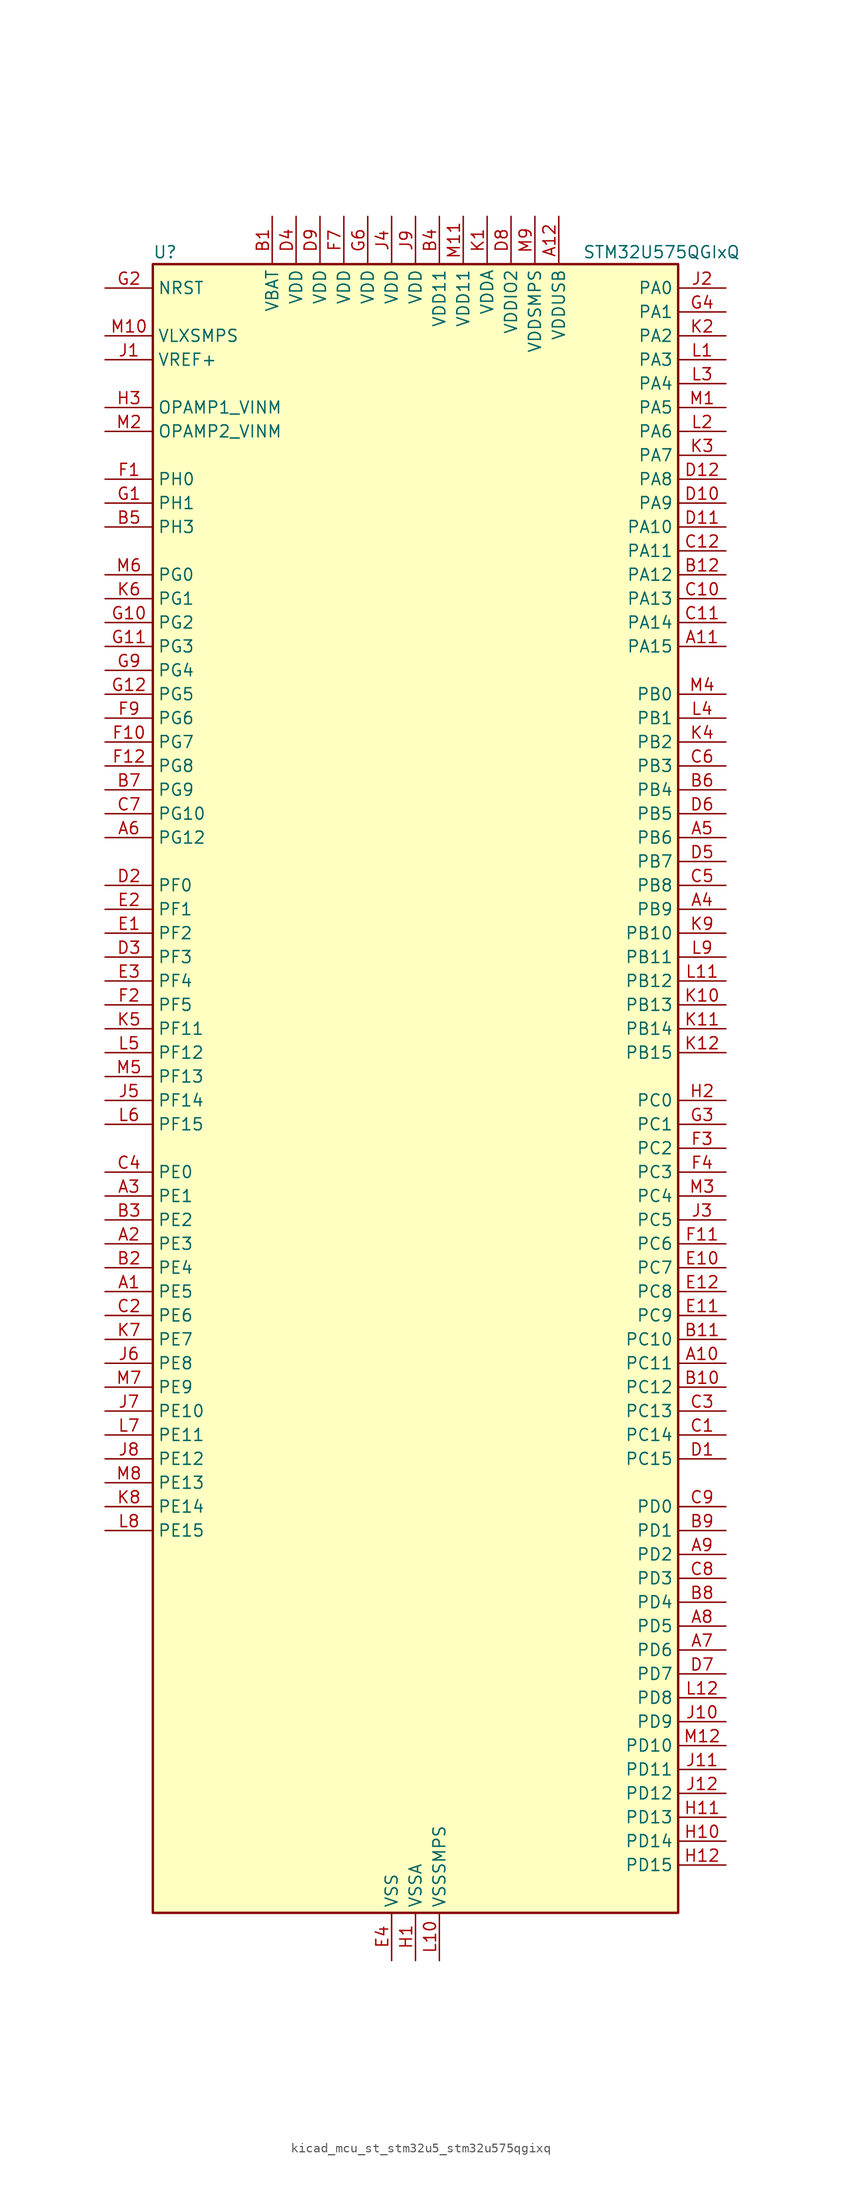
<source format=kicad_sym>
(kicad_symbol_lib
  (version 20220914)
  (generator kicad_symbol_editor)
  (symbol "kicad_mcu_st_stm32u5_stm32u575qgixq"
    (property "Reference" "U"
      (at -27.94 90.17 0)
      (effects (font (size 1.27 1.27)) (justify left)))
    (property "Value" "STM32U575QGIxQ"
      (at 17.78 90.17 0)
      (effects (font (size 1.27 1.27)) (justify left)))
    (property "ki_locked" ""
      (at 0 0 0)
      (effects (font (size 1.27 1.27))))
    (symbol "kicad_mcu_st_stm32u5_stm32u575qgixq_0_1"
      (rectangle (start -27.94 -86.36) (end 27.94 88.9) (stroke (width 0.254) (type default)) (fill (type background))))
    (symbol "kicad_mcu_st_stm32u5_stm32u575qgixq_1_1"
      (pin bidirectional line (at -33.02 -20.32 0) (length 5.08) (name "PE5" (effects (font (size 1.27 1.27)))) (number "A1" (effects (font (size 1.27 1.27)))) (alternate "DCMI_D6" bidirectional line) (alternate "DEBUG_TRACED2" bidirectional line) (alternate "FMC_A21" bidirectional line) (alternate "MDF1_CKI3" bidirectional line) (alternate "PSSI_D6" bidirectional line) (alternate "PWR_WKUP2" bidirectional line) (alternate "SAI1_CK2" bidirectional line) (alternate "SAI1_SCK_A" bidirectional line) (alternate "TAMP_IN8" bidirectional line) (alternate "TAMP_OUT7" bidirectional line) (alternate "TIM3_CH3" bidirectional line) (alternate "TSC_G7_IO4" bidirectional line))
      (pin bidirectional line (at 33.02 -27.94 180) (length 5.08) (name "PC11" (effects (font (size 1.27 1.27)))) (number "A10" (effects (font (size 1.27 1.27)))) (alternate "ADC1_EXTI11" bidirectional line) (alternate "ADF1_SDI0" bidirectional line) (alternate "DCMI_D2" bidirectional line) (alternate "DCMI_D4" bidirectional line) (alternate "LPTIM3_IN1" bidirectional line) (alternate "OCTOSPIM_P1_NCS" bidirectional line) (alternate "PSSI_D2" bidirectional line) (alternate "PSSI_D4" bidirectional line) (alternate "SAI2_MCLK_B" bidirectional line) (alternate "SDMMC1_D3" bidirectional line) (alternate "SPI3_MISO" bidirectional line) (alternate "TSC_G3_IO3" bidirectional line) (alternate "UART4_RX" bidirectional line) (alternate "UCPD1_FRSTX2" bidirectional line) (alternate "USART3_RX" bidirectional line))
      (pin bidirectional line (at 33.02 48.26 180) (length 5.08) (name "PA15" (effects (font (size 1.27 1.27)))) (number "A11" (effects (font (size 1.27 1.27)))) (alternate "ADC1_EXTI15" bidirectional line) (alternate "ADC4_EXTI15" bidirectional line) (alternate "DEBUG_JTDI" bidirectional line) (alternate "SAI2_FS_B" bidirectional line) (alternate "SPI1_NSS" bidirectional line) (alternate "SPI3_NSS" bidirectional line) (alternate "TIM2_CH1" bidirectional line) (alternate "TIM2_ETR" bidirectional line) (alternate "UART4_DE" bidirectional line) (alternate "UART4_RTS" bidirectional line) (alternate "UCPD1_CC1" bidirectional line) (alternate "USART2_RX" bidirectional line) (alternate "USART3_DE" bidirectional line) (alternate "USART3_RTS" bidirectional line))
      (pin power_in line (at 15.24 93.98 270) (length 5.08) (name "VDDUSB" (effects (font (size 1.27 1.27)))) (number "A12" (effects (font (size 1.27 1.27)))))
      (pin bidirectional line (at -33.02 -15.24 0) (length 5.08) (name "PE3" (effects (font (size 1.27 1.27)))) (number "A2" (effects (font (size 1.27 1.27)))) (alternate "DEBUG_TRACED0" bidirectional line) (alternate "FMC_A19" bidirectional line) (alternate "OCTOSPIM_P1_DQS" bidirectional line) (alternate "SAI1_SD_B" bidirectional line) (alternate "TAMP_IN6" bidirectional line) (alternate "TAMP_OUT3" bidirectional line) (alternate "TIM3_CH1" bidirectional line) (alternate "TSC_G7_IO2" bidirectional line))
      (pin bidirectional line (at -33.02 -10.16 0) (length 5.08) (name "PE1" (effects (font (size 1.27 1.27)))) (number "A3" (effects (font (size 1.27 1.27)))) (alternate "DCMI_D3" bidirectional line) (alternate "FMC_NBL1" bidirectional line) (alternate "PSSI_D3" bidirectional line) (alternate "TIM17_CH1" bidirectional line))
      (pin bidirectional line (at 33.02 20.32 180) (length 5.08) (name "PB9" (effects (font (size 1.27 1.27)))) (number "A4" (effects (font (size 1.27 1.27)))) (alternate "DAC1_EXTI9" bidirectional line) (alternate "DCMI_D7" bidirectional line) (alternate "FDCAN1_TX" bidirectional line) (alternate "I2C1_SDA" bidirectional line) (alternate "IR_OUT" bidirectional line) (alternate "PSSI_D7" bidirectional line) (alternate "SAI1_D2" bidirectional line) (alternate "SAI1_FS_A" bidirectional line) (alternate "SDMMC1_CDIR" bidirectional line) (alternate "SDMMC1_D5" bidirectional line) (alternate "SDMMC2_D5" bidirectional line) (alternate "SPI2_NSS" bidirectional line) (alternate "TIM17_CH1" bidirectional line) (alternate "TIM4_CH4" bidirectional line))
      (pin bidirectional line (at 33.02 27.94 180) (length 5.08) (name "PB6" (effects (font (size 1.27 1.27)))) (number "A5" (effects (font (size 1.27 1.27)))) (alternate "COMP2_INP" bidirectional line) (alternate "DCMI_D5" bidirectional line) (alternate "I2C1_SCL" bidirectional line) (alternate "I2C4_SCL" bidirectional line) (alternate "LPTIM1_ETR" bidirectional line) (alternate "MDF1_SDI5" bidirectional line) (alternate "PSSI_D5" bidirectional line) (alternate "PWR_WKUP3" bidirectional line) (alternate "SAI1_FS_B" bidirectional line) (alternate "TIM16_CH1N" bidirectional line) (alternate "TIM4_CH1" bidirectional line) (alternate "TIM8_BKIN2" bidirectional line) (alternate "TSC_G2_IO3" bidirectional line) (alternate "USART1_TX" bidirectional line))
      (pin bidirectional line (at -33.02 27.94 0) (length 5.08) (name "PG12" (effects (font (size 1.27 1.27)))) (number "A6" (effects (font (size 1.27 1.27)))) (alternate "FMC_NE4" bidirectional line) (alternate "LPTIM1_ETR" bidirectional line) (alternate "OCTOSPIM_P2_NCS" bidirectional line) (alternate "SAI2_SD_A" bidirectional line) (alternate "SPI3_NSS" bidirectional line) (alternate "USART1_DE" bidirectional line) (alternate "USART1_RTS" bidirectional line))
      (pin bidirectional line (at 33.02 -58.42 180) (length 5.08) (name "PD6" (effects (font (size 1.27 1.27)))) (number "A7" (effects (font (size 1.27 1.27)))) (alternate "DCMI_D10" bidirectional line) (alternate "FMC_NWAIT" bidirectional line) (alternate "MDF1_SDI1" bidirectional line) (alternate "OCTOSPIM_P1_IO6" bidirectional line) (alternate "PSSI_D10" bidirectional line) (alternate "SAI1_D1" bidirectional line) (alternate "SAI1_SD_A" bidirectional line) (alternate "SDMMC2_CK" bidirectional line) (alternate "SPI3_MOSI" bidirectional line) (alternate "USART2_RX" bidirectional line))
      (pin bidirectional line (at 33.02 -55.88 180) (length 5.08) (name "PD5" (effects (font (size 1.27 1.27)))) (number "A8" (effects (font (size 1.27 1.27)))) (alternate "FMC_NWE" bidirectional line) (alternate "OCTOSPIM_P1_IO5" bidirectional line) (alternate "SPI2_RDY" bidirectional line) (alternate "USART2_TX" bidirectional line))
      (pin bidirectional line (at 33.02 -48.26 180) (length 5.08) (name "PD2" (effects (font (size 1.27 1.27)))) (number "A9" (effects (font (size 1.27 1.27)))) (alternate "DCMI_D11" bidirectional line) (alternate "DEBUG_TRACED2" bidirectional line) (alternate "LPTIM4_ETR" bidirectional line) (alternate "PSSI_D11" bidirectional line) (alternate "SDMMC1_CMD" bidirectional line) (alternate "TIM3_ETR" bidirectional line) (alternate "TSC_SYNC" bidirectional line) (alternate "UART5_RX" bidirectional line) (alternate "USART3_DE" bidirectional line) (alternate "USART3_RTS" bidirectional line))
      (pin power_in line (at -15.24 93.98 270) (length 5.08) (name "VBAT" (effects (font (size 1.27 1.27)))) (number "B1" (effects (font (size 1.27 1.27)))))
      (pin bidirectional line (at 33.02 -30.48 180) (length 5.08) (name "PC12" (effects (font (size 1.27 1.27)))) (number "B10" (effects (font (size 1.27 1.27)))) (alternate "DCMI_D9" bidirectional line) (alternate "DEBUG_TRACED3" bidirectional line) (alternate "PSSI_D9" bidirectional line) (alternate "SAI2_SD_B" bidirectional line) (alternate "SDMMC1_CK" bidirectional line) (alternate "SPI3_MOSI" bidirectional line) (alternate "TSC_G3_IO4" bidirectional line) (alternate "UART5_TX" bidirectional line) (alternate "USART3_CK" bidirectional line))
      (pin bidirectional line (at 33.02 -25.4 180) (length 5.08) (name "PC10" (effects (font (size 1.27 1.27)))) (number "B11" (effects (font (size 1.27 1.27)))) (alternate "ADF1_CCK1" bidirectional line) (alternate "DCMI_D8" bidirectional line) (alternate "DEBUG_TRACED1" bidirectional line) (alternate "LPTIM3_ETR" bidirectional line) (alternate "PSSI_D8" bidirectional line) (alternate "SAI2_SCK_B" bidirectional line) (alternate "SDMMC1_D2" bidirectional line) (alternate "SPI3_SCK" bidirectional line) (alternate "TSC_G3_IO2" bidirectional line) (alternate "UART4_TX" bidirectional line) (alternate "USART3_TX" bidirectional line))
      (pin bidirectional line (at 33.02 55.88 180) (length 5.08) (name "PA12" (effects (font (size 1.27 1.27)))) (number "B12" (effects (font (size 1.27 1.27)))) (alternate "FDCAN1_TX" bidirectional line) (alternate "OCTOSPIM_P2_NCS" bidirectional line) (alternate "SPI1_MOSI" bidirectional line) (alternate "TIM1_ETR" bidirectional line) (alternate "USART1_DE" bidirectional line) (alternate "USART1_RTS" bidirectional line) (alternate "USB_OTG_FS_DP" bidirectional line))
      (pin bidirectional line (at -33.02 -17.78 0) (length 5.08) (name "PE4" (effects (font (size 1.27 1.27)))) (number "B2" (effects (font (size 1.27 1.27)))) (alternate "DCMI_D4" bidirectional line) (alternate "DEBUG_TRACED1" bidirectional line) (alternate "FMC_A20" bidirectional line) (alternate "MDF1_SDI3" bidirectional line) (alternate "PSSI_D4" bidirectional line) (alternate "PWR_WKUP1" bidirectional line) (alternate "SAI1_D2" bidirectional line) (alternate "SAI1_FS_A" bidirectional line) (alternate "TAMP_IN7" bidirectional line) (alternate "TAMP_OUT8" bidirectional line) (alternate "TIM3_CH2" bidirectional line) (alternate "TSC_G7_IO3" bidirectional line))
      (pin bidirectional line (at -33.02 -12.7 0) (length 5.08) (name "PE2" (effects (font (size 1.27 1.27)))) (number "B3" (effects (font (size 1.27 1.27)))) (alternate "DEBUG_TRACECLK" bidirectional line) (alternate "FMC_A23" bidirectional line) (alternate "SAI1_CK1" bidirectional line) (alternate "SAI1_MCLK_A" bidirectional line) (alternate "TIM3_ETR" bidirectional line) (alternate "TSC_G7_IO1" bidirectional line))
      (pin power_in line (at 2.54 93.98 270) (length 5.08) (name "VDD11" (effects (font (size 1.27 1.27)))) (number "B4" (effects (font (size 1.27 1.27)))))
      (pin bidirectional line (at -33.02 60.96 0) (length 5.08) (name "PH3" (effects (font (size 1.27 1.27)))) (number "B5" (effects (font (size 1.27 1.27)))))
      (pin bidirectional line (at 33.02 33.02 180) (length 5.08) (name "PB4" (effects (font (size 1.27 1.27)))) (number "B6" (effects (font (size 1.27 1.27)))) (alternate "ADF1_SDI0" bidirectional line) (alternate "COMP2_INP" bidirectional line) (alternate "DCMI_D12" bidirectional line) (alternate "DEBUG_JTRST" bidirectional line) (alternate "I2C3_SDA" bidirectional line) (alternate "LPTIM1_CH2" bidirectional line) (alternate "PSSI_D12" bidirectional line) (alternate "SAI1_MCLK_B" bidirectional line) (alternate "SDMMC2_D3" bidirectional line) (alternate "SPI1_MISO" bidirectional line) (alternate "SPI3_MISO" bidirectional line) (alternate "TIM17_BKIN" bidirectional line) (alternate "TIM3_CH1" bidirectional line) (alternate "TSC_G2_IO1" bidirectional line) (alternate "UART5_DE" bidirectional line) (alternate "UART5_RTS" bidirectional line) (alternate "USART1_CTS" bidirectional line))
      (pin bidirectional line (at -33.02 33.02 0) (length 5.08) (name "PG9" (effects (font (size 1.27 1.27)))) (number "B7" (effects (font (size 1.27 1.27)))) (alternate "DAC1_EXTI9" bidirectional line) (alternate "FMC_NCE" bidirectional line) (alternate "FMC_NE2" bidirectional line) (alternate "OCTOSPIM_P2_IO6" bidirectional line) (alternate "SAI2_SCK_A" bidirectional line) (alternate "SPI3_SCK" bidirectional line) (alternate "TIM15_CH1N" bidirectional line) (alternate "USART1_TX" bidirectional line))
      (pin bidirectional line (at 33.02 -53.34 180) (length 5.08) (name "PD4" (effects (font (size 1.27 1.27)))) (number "B8" (effects (font (size 1.27 1.27)))) (alternate "FMC_NOE" bidirectional line) (alternate "MDF1_CKI0" bidirectional line) (alternate "OCTOSPIM_P1_IO4" bidirectional line) (alternate "SPI2_MOSI" bidirectional line) (alternate "USART2_DE" bidirectional line) (alternate "USART2_RTS" bidirectional line))
      (pin bidirectional line (at 33.02 -45.72 180) (length 5.08) (name "PD1" (effects (font (size 1.27 1.27)))) (number "B9" (effects (font (size 1.27 1.27)))) (alternate "FDCAN1_TX" bidirectional line) (alternate "FMC_D3" bidirectional line) (alternate "FMC_DA3" bidirectional line) (alternate "SPI2_SCK" bidirectional line))
      (pin bidirectional line (at 33.02 -35.56 180) (length 5.08) (name "PC14" (effects (font (size 1.27 1.27)))) (number "C1" (effects (font (size 1.27 1.27)))) (alternate "RCC_OSC32_IN" bidirectional line))
      (pin bidirectional line (at 33.02 53.34 180) (length 5.08) (name "PA13" (effects (font (size 1.27 1.27)))) (number "C10" (effects (font (size 1.27 1.27)))) (alternate "DEBUG_JTMS-SWDIO" bidirectional line) (alternate "IR_OUT" bidirectional line) (alternate "SAI1_SD_B" bidirectional line) (alternate "USB_OTG_FS_NOE" bidirectional line))
      (pin bidirectional line (at 33.02 50.8 180) (length 5.08) (name "PA14" (effects (font (size 1.27 1.27)))) (number "C11" (effects (font (size 1.27 1.27)))) (alternate "DEBUG_JTCK-SWCLK" bidirectional line) (alternate "I2C1_SMBA" bidirectional line) (alternate "I2C4_SMBA" bidirectional line) (alternate "LPTIM1_CH1" bidirectional line) (alternate "SAI1_FS_B" bidirectional line) (alternate "USB_OTG_FS_SOF" bidirectional line))
      (pin bidirectional line (at 33.02 58.42 180) (length 5.08) (name "PA11" (effects (font (size 1.27 1.27)))) (number "C12" (effects (font (size 1.27 1.27)))) (alternate "ADC1_EXTI11" bidirectional line) (alternate "FDCAN1_RX" bidirectional line) (alternate "SPI1_MISO" bidirectional line) (alternate "TIM1_BKIN2" bidirectional line) (alternate "TIM1_CH4" bidirectional line) (alternate "USART1_CTS" bidirectional line) (alternate "USB_OTG_FS_DM" bidirectional line))
      (pin bidirectional line (at -33.02 -22.86 0) (length 5.08) (name "PE6" (effects (font (size 1.27 1.27)))) (number "C2" (effects (font (size 1.27 1.27)))) (alternate "DCMI_D7" bidirectional line) (alternate "DEBUG_TRACED3" bidirectional line) (alternate "FMC_A22" bidirectional line) (alternate "PSSI_D7" bidirectional line) (alternate "PWR_WKUP3" bidirectional line) (alternate "SAI1_D1" bidirectional line) (alternate "SAI1_SD_A" bidirectional line) (alternate "TAMP_IN3" bidirectional line) (alternate "TAMP_OUT6" bidirectional line) (alternate "TIM3_CH4" bidirectional line))
      (pin bidirectional line (at 33.02 -33.02 180) (length 5.08) (name "PC13" (effects (font (size 1.27 1.27)))) (number "C3" (effects (font (size 1.27 1.27)))) (alternate "PWR_WKUP2" bidirectional line) (alternate "RTC_OUT1" bidirectional line) (alternate "RTC_TS" bidirectional line) (alternate "TAMP_IN1" bidirectional line) (alternate "TAMP_OUT2" bidirectional line))
      (pin bidirectional line (at -33.02 -7.62 0) (length 5.08) (name "PE0" (effects (font (size 1.27 1.27)))) (number "C4" (effects (font (size 1.27 1.27)))) (alternate "DCMI_D2" bidirectional line) (alternate "FMC_NBL0" bidirectional line) (alternate "PSSI_D2" bidirectional line) (alternate "TIM16_CH1" bidirectional line) (alternate "TIM4_ETR" bidirectional line))
      (pin bidirectional line (at 33.02 22.86 180) (length 5.08) (name "PB8" (effects (font (size 1.27 1.27)))) (number "C5" (effects (font (size 1.27 1.27)))) (alternate "DCMI_D6" bidirectional line) (alternate "FDCAN1_RX" bidirectional line) (alternate "I2C1_SCL" bidirectional line) (alternate "MDF1_CCK0" bidirectional line) (alternate "PSSI_D6" bidirectional line) (alternate "PWR_WKUP5" bidirectional line) (alternate "SAI1_CK1" bidirectional line) (alternate "SAI1_MCLK_A" bidirectional line) (alternate "SDMMC1_CKIN" bidirectional line) (alternate "SDMMC1_D4" bidirectional line) (alternate "SDMMC2_D4" bidirectional line) (alternate "SPI3_RDY" bidirectional line) (alternate "TIM16_CH1" bidirectional line) (alternate "TIM4_CH3" bidirectional line))
      (pin bidirectional line (at 33.02 35.56 180) (length 5.08) (name "PB3" (effects (font (size 1.27 1.27)))) (number "C6" (effects (font (size 1.27 1.27)))) (alternate "ADF1_CCK0" bidirectional line) (alternate "COMP2_INM" bidirectional line) (alternate "CRS_SYNC" bidirectional line) (alternate "DEBUG_JTDO-SWO" bidirectional line) (alternate "I2C1_SDA" bidirectional line) (alternate "LPTIM1_CH1" bidirectional line) (alternate "SAI1_SCK_B" bidirectional line) (alternate "SDMMC2_D2" bidirectional line) (alternate "SPI1_SCK" bidirectional line) (alternate "SPI3_SCK" bidirectional line) (alternate "TIM2_CH2" bidirectional line) (alternate "USART1_DE" bidirectional line) (alternate "USART1_RTS" bidirectional line))
      (pin bidirectional line (at -33.02 30.48 0) (length 5.08) (name "PG10" (effects (font (size 1.27 1.27)))) (number "C7" (effects (font (size 1.27 1.27)))) (alternate "FMC_NE3" bidirectional line) (alternate "LPTIM1_IN1" bidirectional line) (alternate "OCTOSPIM_P2_IO7" bidirectional line) (alternate "SAI2_FS_A" bidirectional line) (alternate "SPI3_MISO" bidirectional line) (alternate "TIM15_CH1" bidirectional line) (alternate "USART1_RX" bidirectional line))
      (pin bidirectional line (at 33.02 -50.8 180) (length 5.08) (name "PD3" (effects (font (size 1.27 1.27)))) (number "C8" (effects (font (size 1.27 1.27)))) (alternate "DCMI_D5" bidirectional line) (alternate "FMC_CLK" bidirectional line) (alternate "MDF1_SDI0" bidirectional line) (alternate "OCTOSPIM_P2_NCS" bidirectional line) (alternate "PSSI_D5" bidirectional line) (alternate "SPI2_MISO" bidirectional line) (alternate "SPI2_SCK" bidirectional line) (alternate "USART2_CTS" bidirectional line))
      (pin bidirectional line (at 33.02 -43.18 180) (length 5.08) (name "PD0" (effects (font (size 1.27 1.27)))) (number "C9" (effects (font (size 1.27 1.27)))) (alternate "FDCAN1_RX" bidirectional line) (alternate "FMC_D2" bidirectional line) (alternate "FMC_DA2" bidirectional line) (alternate "SPI2_NSS" bidirectional line) (alternate "TIM8_CH4N" bidirectional line))
      (pin bidirectional line (at 33.02 -38.1 180) (length 5.08) (name "PC15" (effects (font (size 1.27 1.27)))) (number "D1" (effects (font (size 1.27 1.27)))) (alternate "ADC1_EXTI15" bidirectional line) (alternate "ADC4_EXTI15" bidirectional line) (alternate "RCC_OSC32_OUT" bidirectional line))
      (pin bidirectional line (at 33.02 63.5 180) (length 5.08) (name "PA9" (effects (font (size 1.27 1.27)))) (number "D10" (effects (font (size 1.27 1.27)))) (alternate "DAC1_EXTI9" bidirectional line) (alternate "DCMI_D0" bidirectional line) (alternate "PSSI_D0" bidirectional line) (alternate "SAI1_FS_A" bidirectional line) (alternate "SPI2_SCK" bidirectional line) (alternate "TIM15_BKIN" bidirectional line) (alternate "TIM1_CH2" bidirectional line) (alternate "USART1_TX" bidirectional line) (alternate "USB_OTG_FS_VBUS" bidirectional line))
      (pin bidirectional line (at 33.02 60.96 180) (length 5.08) (name "PA10" (effects (font (size 1.27 1.27)))) (number "D11" (effects (font (size 1.27 1.27)))) (alternate "CRS_SYNC" bidirectional line) (alternate "DCMI_D1" bidirectional line) (alternate "LPTIM2_IN2" bidirectional line) (alternate "PSSI_D1" bidirectional line) (alternate "SAI1_D1" bidirectional line) (alternate "SAI1_SD_A" bidirectional line) (alternate "TIM17_BKIN" bidirectional line) (alternate "TIM1_CH3" bidirectional line) (alternate "USART1_RX" bidirectional line) (alternate "USB_OTG_FS_ID" bidirectional line))
      (pin bidirectional line (at 33.02 66.04 180) (length 5.08) (name "PA8" (effects (font (size 1.27 1.27)))) (number "D12" (effects (font (size 1.27 1.27)))) (alternate "DEBUG_TRACECLK" bidirectional line) (alternate "LPTIM2_CH1" bidirectional line) (alternate "RCC_MCO" bidirectional line) (alternate "SAI1_CK2" bidirectional line) (alternate "SAI1_SCK_A" bidirectional line) (alternate "SPI1_RDY" bidirectional line) (alternate "TIM1_CH1" bidirectional line) (alternate "USART1_CK" bidirectional line) (alternate "USB_OTG_FS_SOF" bidirectional line))
      (pin bidirectional line (at -33.02 22.86 0) (length 5.08) (name "PF0" (effects (font (size 1.27 1.27)))) (number "D2" (effects (font (size 1.27 1.27)))) (alternate "FMC_A0" bidirectional line) (alternate "I2C2_SDA" bidirectional line) (alternate "OCTOSPIM_P2_IO0" bidirectional line))
      (pin bidirectional line (at -33.02 15.24 0) (length 5.08) (name "PF3" (effects (font (size 1.27 1.27)))) (number "D3" (effects (font (size 1.27 1.27)))) (alternate "FMC_A3" bidirectional line) (alternate "LPTIM3_IN1" bidirectional line) (alternate "OCTOSPIM_P2_IO3" bidirectional line))
      (pin power_in line (at -12.7 93.98 270) (length 5.08) (name "VDD" (effects (font (size 1.27 1.27)))) (number "D4" (effects (font (size 1.27 1.27)))))
      (pin bidirectional line (at 33.02 25.4 180) (length 5.08) (name "PB7" (effects (font (size 1.27 1.27)))) (number "D5" (effects (font (size 1.27 1.27)))) (alternate "COMP2_INM" bidirectional line) (alternate "DCMI_VSYNC" bidirectional line) (alternate "FMC_NL" bidirectional line) (alternate "I2C1_SDA" bidirectional line) (alternate "I2C4_SDA" bidirectional line) (alternate "LPTIM1_IN2" bidirectional line) (alternate "MDF1_CKI5" bidirectional line) (alternate "PSSI_RDY" bidirectional line) (alternate "PWR_PVD_IN" bidirectional line) (alternate "PWR_WKUP4" bidirectional line) (alternate "TIM17_CH1N" bidirectional line) (alternate "TIM4_CH2" bidirectional line) (alternate "TIM8_BKIN" bidirectional line) (alternate "TSC_G2_IO4" bidirectional line) (alternate "UART4_CTS" bidirectional line) (alternate "USART1_RX" bidirectional line))
      (pin bidirectional line (at 33.02 30.48 180) (length 5.08) (name "PB5" (effects (font (size 1.27 1.27)))) (number "D6" (effects (font (size 1.27 1.27)))) (alternate "COMP2_OUT" bidirectional line) (alternate "DCMI_D10" bidirectional line) (alternate "I2C1_SMBA" bidirectional line) (alternate "LPTIM1_IN1" bidirectional line) (alternate "OCTOSPIM_P1_NCLK" bidirectional line) (alternate "PSSI_D10" bidirectional line) (alternate "PWR_WKUP6" bidirectional line) (alternate "SAI1_SD_B" bidirectional line) (alternate "SPI1_MOSI" bidirectional line) (alternate "SPI3_MOSI" bidirectional line) (alternate "TIM16_BKIN" bidirectional line) (alternate "TIM3_CH2" bidirectional line) (alternate "TSC_G2_IO2" bidirectional line) (alternate "UART5_CTS" bidirectional line) (alternate "UCPD1_DBCC1" bidirectional line) (alternate "USART1_CK" bidirectional line))
      (pin bidirectional line (at 33.02 -60.96 180) (length 5.08) (name "PD7" (effects (font (size 1.27 1.27)))) (number "D7" (effects (font (size 1.27 1.27)))) (alternate "FMC_NCE" bidirectional line) (alternate "FMC_NE1" bidirectional line) (alternate "LPTIM4_OUT" bidirectional line) (alternate "MDF1_CKI1" bidirectional line) (alternate "OCTOSPIM_P1_IO7" bidirectional line) (alternate "SDMMC2_CMD" bidirectional line) (alternate "USART2_CK" bidirectional line))
      (pin power_in line (at 10.16 93.98 270) (length 5.08) (name "VDDIO2" (effects (font (size 1.27 1.27)))) (number "D8" (effects (font (size 1.27 1.27)))))
      (pin power_in line (at -10.16 93.98 270) (length 5.08) (name "VDD" (effects (font (size 1.27 1.27)))) (number "D9" (effects (font (size 1.27 1.27)))))
      (pin bidirectional line (at -33.02 17.78 0) (length 5.08) (name "PF2" (effects (font (size 1.27 1.27)))) (number "E1" (effects (font (size 1.27 1.27)))) (alternate "FMC_A2" bidirectional line) (alternate "I2C2_SMBA" bidirectional line) (alternate "LPTIM3_CH2" bidirectional line) (alternate "OCTOSPIM_P2_IO2" bidirectional line) (alternate "PWR_WKUP8" bidirectional line))
      (pin bidirectional line (at 33.02 -17.78 180) (length 5.08) (name "PC7" (effects (font (size 1.27 1.27)))) (number "E10" (effects (font (size 1.27 1.27)))) (alternate "DCMI_D1" bidirectional line) (alternate "LPTIM2_CH2" bidirectional line) (alternate "MDF1_SDI3" bidirectional line) (alternate "PSSI_D1" bidirectional line) (alternate "PWR_CDSTOP" bidirectional line) (alternate "SAI2_MCLK_B" bidirectional line) (alternate "SDMMC1_D123DIR" bidirectional line) (alternate "SDMMC1_D7" bidirectional line) (alternate "SDMMC2_D7" bidirectional line) (alternate "TIM3_CH2" bidirectional line) (alternate "TIM8_CH2" bidirectional line) (alternate "TSC_G4_IO2" bidirectional line))
      (pin bidirectional line (at 33.02 -22.86 180) (length 5.08) (name "PC9" (effects (font (size 1.27 1.27)))) (number "E11" (effects (font (size 1.27 1.27)))) (alternate "DAC1_EXTI9" bidirectional line) (alternate "DCMI_D3" bidirectional line) (alternate "DEBUG_TRACED0" bidirectional line) (alternate "LPTIM3_CH2" bidirectional line) (alternate "PSSI_D3" bidirectional line) (alternate "SDMMC1_D1" bidirectional line) (alternate "TIM3_CH4" bidirectional line) (alternate "TIM8_BKIN2" bidirectional line) (alternate "TIM8_CH4" bidirectional line) (alternate "TSC_G4_IO4" bidirectional line) (alternate "USB_OTG_FS_NOE" bidirectional line))
      (pin bidirectional line (at 33.02 -20.32 180) (length 5.08) (name "PC8" (effects (font (size 1.27 1.27)))) (number "E12" (effects (font (size 1.27 1.27)))) (alternate "DCMI_D2" bidirectional line) (alternate "LPTIM3_CH1" bidirectional line) (alternate "PSSI_D2" bidirectional line) (alternate "PWR_SRDSTOP" bidirectional line) (alternate "SDMMC1_D0" bidirectional line) (alternate "TIM3_CH3" bidirectional line) (alternate "TIM8_CH3" bidirectional line) (alternate "TSC_G4_IO3" bidirectional line))
      (pin bidirectional line (at -33.02 20.32 0) (length 5.08) (name "PF1" (effects (font (size 1.27 1.27)))) (number "E2" (effects (font (size 1.27 1.27)))) (alternate "FMC_A1" bidirectional line) (alternate "I2C2_SCL" bidirectional line) (alternate "OCTOSPIM_P2_IO1" bidirectional line))
      (pin bidirectional line (at -33.02 12.7 0) (length 5.08) (name "PF4" (effects (font (size 1.27 1.27)))) (number "E3" (effects (font (size 1.27 1.27)))) (alternate "FMC_A4" bidirectional line) (alternate "LPTIM3_ETR" bidirectional line) (alternate "OCTOSPIM_P2_CLK" bidirectional line))
      (pin power_in line (at -2.54 -91.44 90) (length 5.08) (name "VSS" (effects (font (size 1.27 1.27)))) (number "E4" (effects (font (size 1.27 1.27)))))
      (pin passive line (at -2.54 -91.44 90) (length 5.08) hide (name "VSS" (effects (font (size 1.27 1.27)))) (number "E9" (effects (font (size 1.27 1.27)))))
      (pin bidirectional line (at -33.02 66.04 0) (length 5.08) (name "PH0" (effects (font (size 1.27 1.27)))) (number "F1" (effects (font (size 1.27 1.27)))) (alternate "RCC_OSC_IN" bidirectional line))
      (pin bidirectional line (at -33.02 38.1 0) (length 5.08) (name "PG7" (effects (font (size 1.27 1.27)))) (number "F10" (effects (font (size 1.27 1.27)))) (alternate "FMC_INT" bidirectional line) (alternate "I2C3_SCL" bidirectional line) (alternate "LPUART1_TX" bidirectional line) (alternate "MDF1_CCK0" bidirectional line) (alternate "OCTOSPIM_P2_DQS" bidirectional line) (alternate "SAI1_CK1" bidirectional line) (alternate "SAI1_MCLK_A" bidirectional line) (alternate "UCPD1_FRSTX2" bidirectional line))
      (pin bidirectional line (at 33.02 -15.24 180) (length 5.08) (name "PC6" (effects (font (size 1.27 1.27)))) (number "F11" (effects (font (size 1.27 1.27)))) (alternate "DCMI_D0" bidirectional line) (alternate "MDF1_CKI3" bidirectional line) (alternate "PSSI_D0" bidirectional line) (alternate "PWR_CSLEEP" bidirectional line) (alternate "SAI2_MCLK_A" bidirectional line) (alternate "SDMMC1_D0DIR" bidirectional line) (alternate "SDMMC1_D6" bidirectional line) (alternate "SDMMC2_D6" bidirectional line) (alternate "TIM3_CH1" bidirectional line) (alternate "TIM8_CH1" bidirectional line) (alternate "TSC_G4_IO1" bidirectional line))
      (pin bidirectional line (at -33.02 35.56 0) (length 5.08) (name "PG8" (effects (font (size 1.27 1.27)))) (number "F12" (effects (font (size 1.27 1.27)))) (alternate "I2C3_SDA" bidirectional line) (alternate "LPUART1_RX" bidirectional line))
      (pin bidirectional line (at -33.02 10.16 0) (length 5.08) (name "PF5" (effects (font (size 1.27 1.27)))) (number "F2" (effects (font (size 1.27 1.27)))) (alternate "FMC_A5" bidirectional line) (alternate "LPTIM3_CH1" bidirectional line) (alternate "OCTOSPIM_P2_NCLK" bidirectional line))
      (pin bidirectional line (at 33.02 -5.08 180) (length 5.08) (name "PC2" (effects (font (size 1.27 1.27)))) (number "F3" (effects (font (size 1.27 1.27)))) (alternate "ADC1_IN3" bidirectional line) (alternate "ADC4_IN3" bidirectional line) (alternate "LPTIM1_IN2" bidirectional line) (alternate "MDF1_CCK1" bidirectional line) (alternate "OCTOSPIM_P1_IO5" bidirectional line) (alternate "SPI2_MISO" bidirectional line))
      (pin bidirectional line (at 33.02 -7.62 180) (length 5.08) (name "PC3" (effects (font (size 1.27 1.27)))) (number "F4" (effects (font (size 1.27 1.27)))) (alternate "ADC1_IN4" bidirectional line) (alternate "ADC4_IN4" bidirectional line) (alternate "LPTIM1_ETR" bidirectional line) (alternate "LPTIM2_ETR" bidirectional line) (alternate "LPTIM3_CH1" bidirectional line) (alternate "OCTOSPIM_P1_IO6" bidirectional line) (alternate "SAI1_D1" bidirectional line) (alternate "SAI1_SD_A" bidirectional line) (alternate "SPI2_MOSI" bidirectional line))
      (pin passive line (at -2.54 -91.44 90) (length 5.08) hide (name "VSS" (effects (font (size 1.27 1.27)))) (number "F6" (effects (font (size 1.27 1.27)))))
      (pin power_in line (at -7.62 93.98 270) (length 5.08) (name "VDD" (effects (font (size 1.27 1.27)))) (number "F7" (effects (font (size 1.27 1.27)))))
      (pin bidirectional line (at -33.02 40.64 0) (length 5.08) (name "PG6" (effects (font (size 1.27 1.27)))) (number "F9" (effects (font (size 1.27 1.27)))) (alternate "I2C3_SMBA" bidirectional line) (alternate "LPUART1_DE" bidirectional line) (alternate "LPUART1_RTS" bidirectional line) (alternate "OCTOSPIM_P1_DQS" bidirectional line) (alternate "SPI1_RDY" bidirectional line) (alternate "UCPD1_FRSTX1" bidirectional line))
      (pin bidirectional line (at -33.02 63.5 0) (length 5.08) (name "PH1" (effects (font (size 1.27 1.27)))) (number "G1" (effects (font (size 1.27 1.27)))) (alternate "RCC_OSC_OUT" bidirectional line))
      (pin bidirectional line (at -33.02 50.8 0) (length 5.08) (name "PG2" (effects (font (size 1.27 1.27)))) (number "G10" (effects (font (size 1.27 1.27)))) (alternate "FMC_A12" bidirectional line) (alternate "SAI2_SCK_B" bidirectional line) (alternate "SPI1_SCK" bidirectional line))
      (pin bidirectional line (at -33.02 48.26 0) (length 5.08) (name "PG3" (effects (font (size 1.27 1.27)))) (number "G11" (effects (font (size 1.27 1.27)))) (alternate "FMC_A13" bidirectional line) (alternate "SAI2_FS_B" bidirectional line) (alternate "SPI1_MISO" bidirectional line))
      (pin bidirectional line (at -33.02 43.18 0) (length 5.08) (name "PG5" (effects (font (size 1.27 1.27)))) (number "G12" (effects (font (size 1.27 1.27)))) (alternate "FMC_A15" bidirectional line) (alternate "LPUART1_CTS" bidirectional line) (alternate "SAI2_SD_B" bidirectional line) (alternate "SPI1_NSS" bidirectional line))
      (pin input line (at -33.02 86.36 0) (length 5.08) (name "NRST" (effects (font (size 1.27 1.27)))) (number "G2" (effects (font (size 1.27 1.27)))))
      (pin bidirectional line (at 33.02 -2.54 180) (length 5.08) (name "PC1" (effects (font (size 1.27 1.27)))) (number "G3" (effects (font (size 1.27 1.27)))) (alternate "ADC1_IN2" bidirectional line) (alternate "ADC4_IN2" bidirectional line) (alternate "DEBUG_TRACED0" bidirectional line) (alternate "I2C3_SDA" bidirectional line) (alternate "LPTIM1_CH1" bidirectional line) (alternate "LPUART1_TX" bidirectional line) (alternate "MDF1_CKI4" bidirectional line) (alternate "OCTOSPIM_P1_IO4" bidirectional line) (alternate "SAI1_SD_A" bidirectional line) (alternate "SDMMC2_CK" bidirectional line) (alternate "SPI2_MOSI" bidirectional line))
      (pin bidirectional line (at 33.02 83.82 180) (length 5.08) (name "PA1" (effects (font (size 1.27 1.27)))) (number "G4" (effects (font (size 1.27 1.27)))) (alternate "ADC1_IN6" bidirectional line) (alternate "I2C1_SMBA" bidirectional line) (alternate "LPTIM1_CH2" bidirectional line) (alternate "OCTOSPIM_P1_DQS" bidirectional line) (alternate "OPAMP1_VINM" bidirectional line) (alternate "PWR_WKUP3" bidirectional line) (alternate "SPI1_SCK" bidirectional line) (alternate "TAMP_IN5" bidirectional line) (alternate "TAMP_OUT4" bidirectional line) (alternate "TIM15_CH1N" bidirectional line) (alternate "TIM2_CH2" bidirectional line) (alternate "TIM5_CH2" bidirectional line) (alternate "UART4_RX" bidirectional line) (alternate "USART2_DE" bidirectional line) (alternate "USART2_RTS" bidirectional line))
      (pin power_in line (at -5.08 93.98 270) (length 5.08) (name "VDD" (effects (font (size 1.27 1.27)))) (number "G6" (effects (font (size 1.27 1.27)))))
      (pin passive line (at -2.54 -91.44 90) (length 5.08) hide (name "VSS" (effects (font (size 1.27 1.27)))) (number "G7" (effects (font (size 1.27 1.27)))))
      (pin bidirectional line (at -33.02 45.72 0) (length 5.08) (name "PG4" (effects (font (size 1.27 1.27)))) (number "G9" (effects (font (size 1.27 1.27)))) (alternate "FMC_A14" bidirectional line) (alternate "SAI2_MCLK_B" bidirectional line) (alternate "SPI1_MOSI" bidirectional line))
      (pin power_in line (at 0 -91.44 90) (length 5.08) (name "VSSA" (effects (font (size 1.27 1.27)))) (number "H1" (effects (font (size 1.27 1.27)))))
      (pin bidirectional line (at 33.02 -78.74 180) (length 5.08) (name "PD14" (effects (font (size 1.27 1.27)))) (number "H10" (effects (font (size 1.27 1.27)))) (alternate "FMC_D0" bidirectional line) (alternate "FMC_DA0" bidirectional line) (alternate "LPTIM3_CH1" bidirectional line) (alternate "TIM4_CH3" bidirectional line))
      (pin bidirectional line (at 33.02 -76.2 180) (length 5.08) (name "PD13" (effects (font (size 1.27 1.27)))) (number "H11" (effects (font (size 1.27 1.27)))) (alternate "ADC4_IN17" bidirectional line) (alternate "FMC_A18" bidirectional line) (alternate "I2C4_SDA" bidirectional line) (alternate "LPTIM2_CH1" bidirectional line) (alternate "LPTIM4_IN1" bidirectional line) (alternate "TIM4_CH2" bidirectional line) (alternate "TSC_G6_IO4" bidirectional line))
      (pin bidirectional line (at 33.02 -81.28 180) (length 5.08) (name "PD15" (effects (font (size 1.27 1.27)))) (number "H12" (effects (font (size 1.27 1.27)))) (alternate "ADC1_EXTI15" bidirectional line) (alternate "ADC4_EXTI15" bidirectional line) (alternate "FMC_D1" bidirectional line) (alternate "FMC_DA1" bidirectional line) (alternate "LPTIM3_CH2" bidirectional line) (alternate "TIM4_CH4" bidirectional line))
      (pin bidirectional line (at 33.02 0 180) (length 5.08) (name "PC0" (effects (font (size 1.27 1.27)))) (number "H2" (effects (font (size 1.27 1.27)))) (alternate "ADC1_IN1" bidirectional line) (alternate "ADC4_IN1" bidirectional line) (alternate "I2C3_SCL" bidirectional line) (alternate "LPTIM1_IN1" bidirectional line) (alternate "LPTIM2_IN1" bidirectional line) (alternate "LPUART1_RX" bidirectional line) (alternate "MDF1_SDI4" bidirectional line) (alternate "OCTOSPIM_P1_IO7" bidirectional line) (alternate "SAI2_FS_A" bidirectional line) (alternate "SDMMC1_D5" bidirectional line) (alternate "SPI2_RDY" bidirectional line))
      (pin bidirectional line (at -33.02 73.66 0) (length 5.08) (name "OPAMP1_VINM" (effects (font (size 1.27 1.27)))) (number "H3" (effects (font (size 1.27 1.27)))) (alternate "OPAMP1_VINM" bidirectional line))
      (pin passive line (at -2.54 -91.44 90) (length 5.08) hide (name "VSS" (effects (font (size 1.27 1.27)))) (number "H4" (effects (font (size 1.27 1.27)))))
      (pin passive line (at -2.54 -91.44 90) (length 5.08) hide (name "VSS" (effects (font (size 1.27 1.27)))) (number "H9" (effects (font (size 1.27 1.27)))))
      (pin input line (at -33.02 78.74 0) (length 5.08) (name "VREF+" (effects (font (size 1.27 1.27)))) (number "J1" (effects (font (size 1.27 1.27)))) (alternate "VREFBUF_OUT" bidirectional line))
      (pin bidirectional line (at 33.02 -66.04 180) (length 5.08) (name "PD9" (effects (font (size 1.27 1.27)))) (number "J10" (effects (font (size 1.27 1.27)))) (alternate "DAC1_EXTI9" bidirectional line) (alternate "DCMI_PIXCLK" bidirectional line) (alternate "FMC_D14" bidirectional line) (alternate "FMC_DA14" bidirectional line) (alternate "LPTIM2_IN2" bidirectional line) (alternate "LPTIM3_IN1" bidirectional line) (alternate "PSSI_PDCK" bidirectional line) (alternate "SAI2_MCLK_A" bidirectional line) (alternate "USART3_RX" bidirectional line))
      (pin bidirectional line (at 33.02 -71.12 180) (length 5.08) (name "PD11" (effects (font (size 1.27 1.27)))) (number "J11" (effects (font (size 1.27 1.27)))) (alternate "ADC1_EXTI11" bidirectional line) (alternate "ADC4_IN15" bidirectional line) (alternate "FMC_A16" bidirectional line) (alternate "FMC_CLE" bidirectional line) (alternate "I2C4_SMBA" bidirectional line) (alternate "LPTIM2_ETR" bidirectional line) (alternate "SAI2_SD_A" bidirectional line) (alternate "TSC_G6_IO2" bidirectional line) (alternate "USART3_CTS" bidirectional line))
      (pin bidirectional line (at 33.02 -73.66 180) (length 5.08) (name "PD12" (effects (font (size 1.27 1.27)))) (number "J12" (effects (font (size 1.27 1.27)))) (alternate "ADC4_IN16" bidirectional line) (alternate "FMC_A17" bidirectional line) (alternate "FMC_ALE" bidirectional line) (alternate "I2C4_SCL" bidirectional line) (alternate "LPTIM2_IN1" bidirectional line) (alternate "SAI2_FS_A" bidirectional line) (alternate "TIM4_CH1" bidirectional line) (alternate "TSC_G6_IO3" bidirectional line) (alternate "USART3_DE" bidirectional line) (alternate "USART3_RTS" bidirectional line))
      (pin bidirectional line (at 33.02 86.36 180) (length 5.08) (name "PA0" (effects (font (size 1.27 1.27)))) (number "J2" (effects (font (size 1.27 1.27)))) (alternate "ADC1_IN5" bidirectional line) (alternate "AUDIOCLK" bidirectional line) (alternate "OCTOSPIM_P2_NCS" bidirectional line) (alternate "OPAMP1_VINP" bidirectional line) (alternate "PWR_WKUP1" bidirectional line) (alternate "SDMMC2_CMD" bidirectional line) (alternate "SPI3_RDY" bidirectional line) (alternate "TAMP_IN2" bidirectional line) (alternate "TAMP_OUT1" bidirectional line) (alternate "TIM2_CH1" bidirectional line) (alternate "TIM2_ETR" bidirectional line) (alternate "TIM5_CH1" bidirectional line) (alternate "TIM8_ETR" bidirectional line) (alternate "UART4_TX" bidirectional line) (alternate "USART2_CTS" bidirectional line))
      (pin bidirectional line (at 33.02 -12.7 180) (length 5.08) (name "PC5" (effects (font (size 1.27 1.27)))) (number "J3" (effects (font (size 1.27 1.27)))) (alternate "ADC1_IN14" bidirectional line) (alternate "ADC4_IN23" bidirectional line) (alternate "COMP1_INP" bidirectional line) (alternate "PSSI_D15" bidirectional line) (alternate "PWR_WKUP5" bidirectional line) (alternate "SAI1_D3" bidirectional line) (alternate "TAMP_IN4" bidirectional line) (alternate "TAMP_OUT5" bidirectional line) (alternate "TIM1_CH4N" bidirectional line) (alternate "USART3_RX" bidirectional line))
      (pin power_in line (at -2.54 93.98 270) (length 5.08) (name "VDD" (effects (font (size 1.27 1.27)))) (number "J4" (effects (font (size 1.27 1.27)))))
      (pin bidirectional line (at -33.02 0 0) (length 5.08) (name "PF14" (effects (font (size 1.27 1.27)))) (number "J5" (effects (font (size 1.27 1.27)))) (alternate "ADC4_IN5" bidirectional line) (alternate "FMC_A8" bidirectional line) (alternate "I2C4_SCL" bidirectional line) (alternate "TSC_G8_IO1" bidirectional line))
      (pin bidirectional line (at -33.02 -27.94 0) (length 5.08) (name "PE8" (effects (font (size 1.27 1.27)))) (number "J6" (effects (font (size 1.27 1.27)))) (alternate "FMC_D5" bidirectional line) (alternate "FMC_DA5" bidirectional line) (alternate "MDF1_CKI2" bidirectional line) (alternate "PWR_WKUP7" bidirectional line) (alternate "SAI1_SCK_B" bidirectional line) (alternate "TIM1_CH1N" bidirectional line))
      (pin bidirectional line (at -33.02 -33.02 0) (length 5.08) (name "PE10" (effects (font (size 1.27 1.27)))) (number "J7" (effects (font (size 1.27 1.27)))) (alternate "ADF1_SDI0" bidirectional line) (alternate "FMC_D7" bidirectional line) (alternate "FMC_DA7" bidirectional line) (alternate "MDF1_SDI4" bidirectional line) (alternate "OCTOSPIM_P1_CLK" bidirectional line) (alternate "SAI1_MCLK_B" bidirectional line) (alternate "TIM1_CH2N" bidirectional line) (alternate "TSC_G5_IO1" bidirectional line))
      (pin bidirectional line (at -33.02 -38.1 0) (length 5.08) (name "PE12" (effects (font (size 1.27 1.27)))) (number "J8" (effects (font (size 1.27 1.27)))) (alternate "FMC_D9" bidirectional line) (alternate "FMC_DA9" bidirectional line) (alternate "MDF1_SDI5" bidirectional line) (alternate "OCTOSPIM_P1_IO0" bidirectional line) (alternate "SPI1_NSS" bidirectional line) (alternate "TIM1_CH3N" bidirectional line) (alternate "TSC_G5_IO3" bidirectional line))
      (pin power_in line (at 0 93.98 270) (length 5.08) (name "VDD" (effects (font (size 1.27 1.27)))) (number "J9" (effects (font (size 1.27 1.27)))))
      (pin power_in line (at 7.62 93.98 270) (length 5.08) (name "VDDA" (effects (font (size 1.27 1.27)))) (number "K1" (effects (font (size 1.27 1.27)))))
      (pin bidirectional line (at 33.02 10.16 180) (length 5.08) (name "PB13" (effects (font (size 1.27 1.27)))) (number "K10" (effects (font (size 1.27 1.27)))) (alternate "I2C2_SCL" bidirectional line) (alternate "LPTIM3_IN1" bidirectional line) (alternate "LPUART1_CTS" bidirectional line) (alternate "MDF1_CKI1" bidirectional line) (alternate "SAI2_SCK_A" bidirectional line) (alternate "SPI2_SCK" bidirectional line) (alternate "TIM15_CH1N" bidirectional line) (alternate "TIM1_CH1N" bidirectional line) (alternate "TSC_G1_IO2" bidirectional line) (alternate "USART3_CTS" bidirectional line))
      (pin bidirectional line (at 33.02 7.62 180) (length 5.08) (name "PB14" (effects (font (size 1.27 1.27)))) (number "K11" (effects (font (size 1.27 1.27)))) (alternate "I2C2_SDA" bidirectional line) (alternate "LPTIM3_ETR" bidirectional line) (alternate "MDF1_SDI2" bidirectional line) (alternate "SAI2_MCLK_A" bidirectional line) (alternate "SDMMC2_D0" bidirectional line) (alternate "SPI2_MISO" bidirectional line) (alternate "TIM15_CH1" bidirectional line) (alternate "TIM1_CH2N" bidirectional line) (alternate "TIM8_CH2N" bidirectional line) (alternate "TSC_G1_IO3" bidirectional line) (alternate "UCPD1_DBCC2" bidirectional line) (alternate "USART3_DE" bidirectional line) (alternate "USART3_RTS" bidirectional line))
      (pin bidirectional line (at 33.02 5.08 180) (length 5.08) (name "PB15" (effects (font (size 1.27 1.27)))) (number "K12" (effects (font (size 1.27 1.27)))) (alternate "ADC1_EXTI15" bidirectional line) (alternate "ADC4_EXTI15" bidirectional line) (alternate "FMC_NBL1" bidirectional line) (alternate "LPTIM2_IN2" bidirectional line) (alternate "MDF1_CKI2" bidirectional line) (alternate "PWR_WKUP7" bidirectional line) (alternate "RTC_REFIN" bidirectional line) (alternate "SAI2_SD_A" bidirectional line) (alternate "SDMMC2_D1" bidirectional line) (alternate "SPI2_MOSI" bidirectional line) (alternate "TIM15_CH2" bidirectional line) (alternate "TIM1_CH3N" bidirectional line) (alternate "TIM8_CH3N" bidirectional line) (alternate "UCPD1_CC2" bidirectional line))
      (pin bidirectional line (at 33.02 81.28 180) (length 5.08) (name "PA2" (effects (font (size 1.27 1.27)))) (number "K2" (effects (font (size 1.27 1.27)))) (alternate "ADC1_IN7" bidirectional line) (alternate "COMP1_INP" bidirectional line) (alternate "LPUART1_TX" bidirectional line) (alternate "OCTOSPIM_P1_NCS" bidirectional line) (alternate "PWR_WKUP4" bidirectional line) (alternate "RCC_LSCO" bidirectional line) (alternate "SPI1_RDY" bidirectional line) (alternate "TIM15_CH1" bidirectional line) (alternate "TIM2_CH3" bidirectional line) (alternate "TIM5_CH3" bidirectional line) (alternate "UCPD1_FRSTX1" bidirectional line) (alternate "USART2_TX" bidirectional line))
      (pin bidirectional line (at 33.02 68.58 180) (length 5.08) (name "PA7" (effects (font (size 1.27 1.27)))) (number "K3" (effects (font (size 1.27 1.27)))) (alternate "ADC1_IN12" bidirectional line) (alternate "ADC4_IN20" bidirectional line) (alternate "I2C3_SCL" bidirectional line) (alternate "LPTIM2_CH2" bidirectional line) (alternate "OCTOSPIM_P1_IO2" bidirectional line) (alternate "OPAMP2_VINM" bidirectional line) (alternate "PWR_SRDSTOP" bidirectional line) (alternate "PWR_WKUP8" bidirectional line) (alternate "SPI1_MOSI" bidirectional line) (alternate "TIM17_CH1" bidirectional line) (alternate "TIM1_CH1N" bidirectional line) (alternate "TIM3_CH2" bidirectional line) (alternate "TIM8_CH1N" bidirectional line) (alternate "USART3_TX" bidirectional line))
      (pin bidirectional line (at 33.02 38.1 180) (length 5.08) (name "PB2" (effects (font (size 1.27 1.27)))) (number "K4" (effects (font (size 1.27 1.27)))) (alternate "ADC1_IN17" bidirectional line) (alternate "COMP1_INP" bidirectional line) (alternate "I2C3_SMBA" bidirectional line) (alternate "LPTIM1_CH1" bidirectional line) (alternate "MDF1_CKI0" bidirectional line) (alternate "OCTOSPIM_P1_DQS" bidirectional line) (alternate "PWR_WKUP1" bidirectional line) (alternate "RTC_OUT2" bidirectional line) (alternate "SPI1_RDY" bidirectional line) (alternate "TIM8_CH4N" bidirectional line) (alternate "UCPD1_FRSTX1" bidirectional line))
      (pin bidirectional line (at -33.02 7.62 0) (length 5.08) (name "PF11" (effects (font (size 1.27 1.27)))) (number "K5" (effects (font (size 1.27 1.27)))) (alternate "ADC1_EXTI11" bidirectional line) (alternate "DCMI_D12" bidirectional line) (alternate "LPTIM4_IN1" bidirectional line) (alternate "OCTOSPIM_P1_NCLK" bidirectional line) (alternate "PSSI_D12" bidirectional line))
      (pin bidirectional line (at -33.02 53.34 0) (length 5.08) (name "PG1" (effects (font (size 1.27 1.27)))) (number "K6" (effects (font (size 1.27 1.27)))) (alternate "ADC4_IN8" bidirectional line) (alternate "FMC_A11" bidirectional line) (alternate "OCTOSPIM_P2_IO5" bidirectional line) (alternate "TSC_G8_IO4" bidirectional line))
      (pin bidirectional line (at -33.02 -25.4 0) (length 5.08) (name "PE7" (effects (font (size 1.27 1.27)))) (number "K7" (effects (font (size 1.27 1.27)))) (alternate "FMC_D4" bidirectional line) (alternate "FMC_DA4" bidirectional line) (alternate "MDF1_SDI2" bidirectional line) (alternate "PWR_WKUP6" bidirectional line) (alternate "SAI1_SD_B" bidirectional line) (alternate "TIM1_ETR" bidirectional line))
      (pin bidirectional line (at -33.02 -43.18 0) (length 5.08) (name "PE14" (effects (font (size 1.27 1.27)))) (number "K8" (effects (font (size 1.27 1.27)))) (alternate "FMC_D11" bidirectional line) (alternate "FMC_DA11" bidirectional line) (alternate "OCTOSPIM_P1_IO2" bidirectional line) (alternate "SPI1_MISO" bidirectional line) (alternate "TIM1_BKIN2" bidirectional line) (alternate "TIM1_CH4" bidirectional line))
      (pin bidirectional line (at 33.02 17.78 180) (length 5.08) (name "PB10" (effects (font (size 1.27 1.27)))) (number "K9" (effects (font (size 1.27 1.27)))) (alternate "COMP1_OUT" bidirectional line) (alternate "I2C2_SCL" bidirectional line) (alternate "I2C4_SCL" bidirectional line) (alternate "LPTIM3_CH1" bidirectional line) (alternate "LPUART1_RX" bidirectional line) (alternate "OCTOSPIM_P1_CLK" bidirectional line) (alternate "PWR_WKUP8" bidirectional line) (alternate "SAI1_SCK_A" bidirectional line) (alternate "SPI2_SCK" bidirectional line) (alternate "TIM2_CH3" bidirectional line) (alternate "TSC_SYNC" bidirectional line) (alternate "USART3_TX" bidirectional line))
      (pin bidirectional line (at 33.02 78.74 180) (length 5.08) (name "PA3" (effects (font (size 1.27 1.27)))) (number "L1" (effects (font (size 1.27 1.27)))) (alternate "ADC1_IN8" bidirectional line) (alternate "LPUART1_RX" bidirectional line) (alternate "OCTOSPIM_P1_CLK" bidirectional line) (alternate "OPAMP1_VOUT" bidirectional line) (alternate "PWR_WKUP5" bidirectional line) (alternate "SAI1_CK1" bidirectional line) (alternate "SAI1_MCLK_A" bidirectional line) (alternate "TIM15_CH2" bidirectional line) (alternate "TIM2_CH4" bidirectional line) (alternate "TIM5_CH4" bidirectional line) (alternate "USART2_RX" bidirectional line))
      (pin power_in line (at 2.54 -91.44 90) (length 5.08) (name "VSSSMPS" (effects (font (size 1.27 1.27)))) (number "L10" (effects (font (size 1.27 1.27)))))
      (pin bidirectional line (at 33.02 12.7 180) (length 5.08) (name "PB12" (effects (font (size 1.27 1.27)))) (number "L11" (effects (font (size 1.27 1.27)))) (alternate "I2C2_SMBA" bidirectional line) (alternate "LPUART1_DE" bidirectional line) (alternate "LPUART1_RTS" bidirectional line) (alternate "MDF1_SDI1" bidirectional line) (alternate "OCTOSPIM_P1_NCLK" bidirectional line) (alternate "SAI2_FS_A" bidirectional line) (alternate "SPI2_NSS" bidirectional line) (alternate "TIM15_BKIN" bidirectional line) (alternate "TIM1_BKIN" bidirectional line) (alternate "TSC_G1_IO1" bidirectional line) (alternate "USART3_CK" bidirectional line))
      (pin bidirectional line (at 33.02 -63.5 180) (length 5.08) (name "PD8" (effects (font (size 1.27 1.27)))) (number "L12" (effects (font (size 1.27 1.27)))) (alternate "DCMI_HSYNC" bidirectional line) (alternate "FMC_D13" bidirectional line) (alternate "FMC_DA13" bidirectional line) (alternate "PSSI_DE" bidirectional line) (alternate "USART3_TX" bidirectional line))
      (pin bidirectional line (at 33.02 71.12 180) (length 5.08) (name "PA6" (effects (font (size 1.27 1.27)))) (number "L2" (effects (font (size 1.27 1.27)))) (alternate "ADC1_IN11" bidirectional line) (alternate "ADC4_IN11" bidirectional line) (alternate "DCMI_PIXCLK" bidirectional line) (alternate "LPUART1_CTS" bidirectional line) (alternate "OCTOSPIM_P1_IO3" bidirectional line) (alternate "OPAMP2_VINP" bidirectional line) (alternate "PSSI_PDCK" bidirectional line) (alternate "PWR_CDSTOP" bidirectional line) (alternate "PWR_WKUP7" bidirectional line) (alternate "SPI1_MISO" bidirectional line) (alternate "TIM16_CH1" bidirectional line) (alternate "TIM1_BKIN" bidirectional line) (alternate "TIM3_CH1" bidirectional line) (alternate "TIM8_BKIN" bidirectional line) (alternate "USART3_CTS" bidirectional line))
      (pin bidirectional line (at 33.02 76.2 180) (length 5.08) (name "PA4" (effects (font (size 1.27 1.27)))) (number "L3" (effects (font (size 1.27 1.27)))) (alternate "ADC1_IN9" bidirectional line) (alternate "ADC4_IN9" bidirectional line) (alternate "DAC1_OUT1" bidirectional line) (alternate "DCMI_HSYNC" bidirectional line) (alternate "LPTIM2_CH1" bidirectional line) (alternate "OCTOSPIM_P1_NCS" bidirectional line) (alternate "PSSI_DE" bidirectional line) (alternate "PWR_WKUP2" bidirectional line) (alternate "SAI1_FS_B" bidirectional line) (alternate "SPI1_NSS" bidirectional line) (alternate "SPI3_NSS" bidirectional line) (alternate "USART2_CK" bidirectional line))
      (pin bidirectional line (at 33.02 40.64 180) (length 5.08) (name "PB1" (effects (font (size 1.27 1.27)))) (number "L4" (effects (font (size 1.27 1.27)))) (alternate "ADC1_IN16" bidirectional line) (alternate "ADC4_IN19" bidirectional line) (alternate "COMP1_INM" bidirectional line) (alternate "LPTIM2_IN1" bidirectional line) (alternate "LPTIM3_CH2" bidirectional line) (alternate "LPUART1_DE" bidirectional line) (alternate "LPUART1_RTS" bidirectional line) (alternate "MDF1_SDI0" bidirectional line) (alternate "OCTOSPIM_P1_IO0" bidirectional line) (alternate "PWR_WKUP4" bidirectional line) (alternate "TIM1_CH3N" bidirectional line) (alternate "TIM3_CH4" bidirectional line) (alternate "TIM8_CH3N" bidirectional line) (alternate "USART3_DE" bidirectional line) (alternate "USART3_RTS" bidirectional line))
      (pin bidirectional line (at -33.02 5.08 0) (length 5.08) (name "PF12" (effects (font (size 1.27 1.27)))) (number "L5" (effects (font (size 1.27 1.27)))) (alternate "FMC_A6" bidirectional line) (alternate "LPTIM4_ETR" bidirectional line) (alternate "OCTOSPIM_P2_DQS" bidirectional line))
      (pin bidirectional line (at -33.02 -2.54 0) (length 5.08) (name "PF15" (effects (font (size 1.27 1.27)))) (number "L6" (effects (font (size 1.27 1.27)))) (alternate "ADC1_EXTI15" bidirectional line) (alternate "ADC4_EXTI15" bidirectional line) (alternate "ADC4_IN6" bidirectional line) (alternate "FMC_A9" bidirectional line) (alternate "I2C4_SDA" bidirectional line) (alternate "TSC_G8_IO2" bidirectional line))
      (pin bidirectional line (at -33.02 -35.56 0) (length 5.08) (name "PE11" (effects (font (size 1.27 1.27)))) (number "L7" (effects (font (size 1.27 1.27)))) (alternate "ADC1_EXTI11" bidirectional line) (alternate "FMC_D8" bidirectional line) (alternate "FMC_DA8" bidirectional line) (alternate "MDF1_CKI4" bidirectional line) (alternate "OCTOSPIM_P1_NCS" bidirectional line) (alternate "SPI1_RDY" bidirectional line) (alternate "TIM1_CH2" bidirectional line) (alternate "TSC_G5_IO2" bidirectional line))
      (pin bidirectional line (at -33.02 -45.72 0) (length 5.08) (name "PE15" (effects (font (size 1.27 1.27)))) (number "L8" (effects (font (size 1.27 1.27)))) (alternate "ADC1_EXTI15" bidirectional line) (alternate "ADC4_EXTI15" bidirectional line) (alternate "FMC_D12" bidirectional line) (alternate "FMC_DA12" bidirectional line) (alternate "OCTOSPIM_P1_IO3" bidirectional line) (alternate "SPI1_MOSI" bidirectional line) (alternate "TIM1_BKIN" bidirectional line) (alternate "TIM1_CH4N" bidirectional line))
      (pin bidirectional line (at 33.02 15.24 180) (length 5.08) (name "PB11" (effects (font (size 1.27 1.27)))) (number "L9" (effects (font (size 1.27 1.27)))) (alternate "ADC1_EXTI11" bidirectional line) (alternate "COMP2_OUT" bidirectional line) (alternate "I2C2_SDA" bidirectional line) (alternate "I2C4_SDA" bidirectional line) (alternate "LPUART1_TX" bidirectional line) (alternate "OCTOSPIM_P1_NCS" bidirectional line) (alternate "SPI2_RDY" bidirectional line) (alternate "TIM2_CH4" bidirectional line) (alternate "USART3_RX" bidirectional line))
      (pin bidirectional line (at 33.02 73.66 180) (length 5.08) (name "PA5" (effects (font (size 1.27 1.27)))) (number "M1" (effects (font (size 1.27 1.27)))) (alternate "ADC1_IN10" bidirectional line) (alternate "ADC4_IN10" bidirectional line) (alternate "DAC1_OUT2" bidirectional line) (alternate "LPTIM2_ETR" bidirectional line) (alternate "PSSI_D14" bidirectional line) (alternate "PWR_CSLEEP" bidirectional line) (alternate "PWR_WKUP6" bidirectional line) (alternate "SPI1_SCK" bidirectional line) (alternate "TIM2_CH1" bidirectional line) (alternate "TIM2_ETR" bidirectional line) (alternate "TIM8_CH1N" bidirectional line) (alternate "USART3_RX" bidirectional line))
      (pin power_in line (at -33.02 81.28 0) (length 5.08) (name "VLXSMPS" (effects (font (size 1.27 1.27)))) (number "M10" (effects (font (size 1.27 1.27)))))
      (pin power_in line (at 5.08 93.98 270) (length 5.08) (name "VDD11" (effects (font (size 1.27 1.27)))) (number "M11" (effects (font (size 1.27 1.27)))))
      (pin bidirectional line (at 33.02 -68.58 180) (length 5.08) (name "PD10" (effects (font (size 1.27 1.27)))) (number "M12" (effects (font (size 1.27 1.27)))) (alternate "FMC_D15" bidirectional line) (alternate "FMC_DA15" bidirectional line) (alternate "LPTIM2_CH2" bidirectional line) (alternate "LPTIM3_ETR" bidirectional line) (alternate "SAI2_SCK_A" bidirectional line) (alternate "TSC_G6_IO1" bidirectional line) (alternate "USART3_CK" bidirectional line))
      (pin bidirectional line (at -33.02 71.12 0) (length 5.08) (name "OPAMP2_VINM" (effects (font (size 1.27 1.27)))) (number "M2" (effects (font (size 1.27 1.27)))) (alternate "OPAMP2_VINM" bidirectional line))
      (pin bidirectional line (at 33.02 -10.16 180) (length 5.08) (name "PC4" (effects (font (size 1.27 1.27)))) (number "M3" (effects (font (size 1.27 1.27)))) (alternate "ADC1_IN13" bidirectional line) (alternate "ADC4_IN22" bidirectional line) (alternate "COMP1_INM" bidirectional line) (alternate "OCTOSPIM_P1_IO7" bidirectional line) (alternate "USART3_TX" bidirectional line))
      (pin bidirectional line (at 33.02 43.18 180) (length 5.08) (name "PB0" (effects (font (size 1.27 1.27)))) (number "M4" (effects (font (size 1.27 1.27)))) (alternate "ADC1_IN15" bidirectional line) (alternate "ADC4_IN18" bidirectional line) (alternate "AUDIOCLK" bidirectional line) (alternate "COMP1_OUT" bidirectional line) (alternate "LPTIM3_CH1" bidirectional line) (alternate "OCTOSPIM_P1_IO1" bidirectional line) (alternate "OPAMP2_VOUT" bidirectional line) (alternate "SPI1_NSS" bidirectional line) (alternate "TIM1_CH2N" bidirectional line) (alternate "TIM3_CH3" bidirectional line) (alternate "TIM8_CH2N" bidirectional line) (alternate "USART3_CK" bidirectional line))
      (pin bidirectional line (at -33.02 2.54 0) (length 5.08) (name "PF13" (effects (font (size 1.27 1.27)))) (number "M5" (effects (font (size 1.27 1.27)))) (alternate "FMC_A7" bidirectional line) (alternate "I2C4_SMBA" bidirectional line) (alternate "LPTIM4_OUT" bidirectional line) (alternate "UCPD1_FRSTX2" bidirectional line))
      (pin bidirectional line (at -33.02 55.88 0) (length 5.08) (name "PG0" (effects (font (size 1.27 1.27)))) (number "M6" (effects (font (size 1.27 1.27)))) (alternate "ADC4_IN7" bidirectional line) (alternate "FMC_A10" bidirectional line) (alternate "OCTOSPIM_P2_IO4" bidirectional line) (alternate "TSC_G8_IO3" bidirectional line))
      (pin bidirectional line (at -33.02 -30.48 0) (length 5.08) (name "PE9" (effects (font (size 1.27 1.27)))) (number "M7" (effects (font (size 1.27 1.27)))) (alternate "ADF1_CCK0" bidirectional line) (alternate "DAC1_EXTI9" bidirectional line) (alternate "FMC_D6" bidirectional line) (alternate "FMC_DA6" bidirectional line) (alternate "MDF1_CCK0" bidirectional line) (alternate "OCTOSPIM_P1_NCLK" bidirectional line) (alternate "SAI1_FS_B" bidirectional line) (alternate "TIM1_CH1" bidirectional line))
      (pin bidirectional line (at -33.02 -40.64 0) (length 5.08) (name "PE13" (effects (font (size 1.27 1.27)))) (number "M8" (effects (font (size 1.27 1.27)))) (alternate "FMC_D10" bidirectional line) (alternate "FMC_DA10" bidirectional line) (alternate "MDF1_CKI5" bidirectional line) (alternate "OCTOSPIM_P1_IO1" bidirectional line) (alternate "SPI1_SCK" bidirectional line) (alternate "TIM1_CH3" bidirectional line) (alternate "TSC_G5_IO4" bidirectional line))
      (pin power_in line (at 12.7 93.98 270) (length 5.08) (name "VDDSMPS" (effects (font (size 1.27 1.27)))) (number "M9" (effects (font (size 1.27 1.27))))))))
</source>
